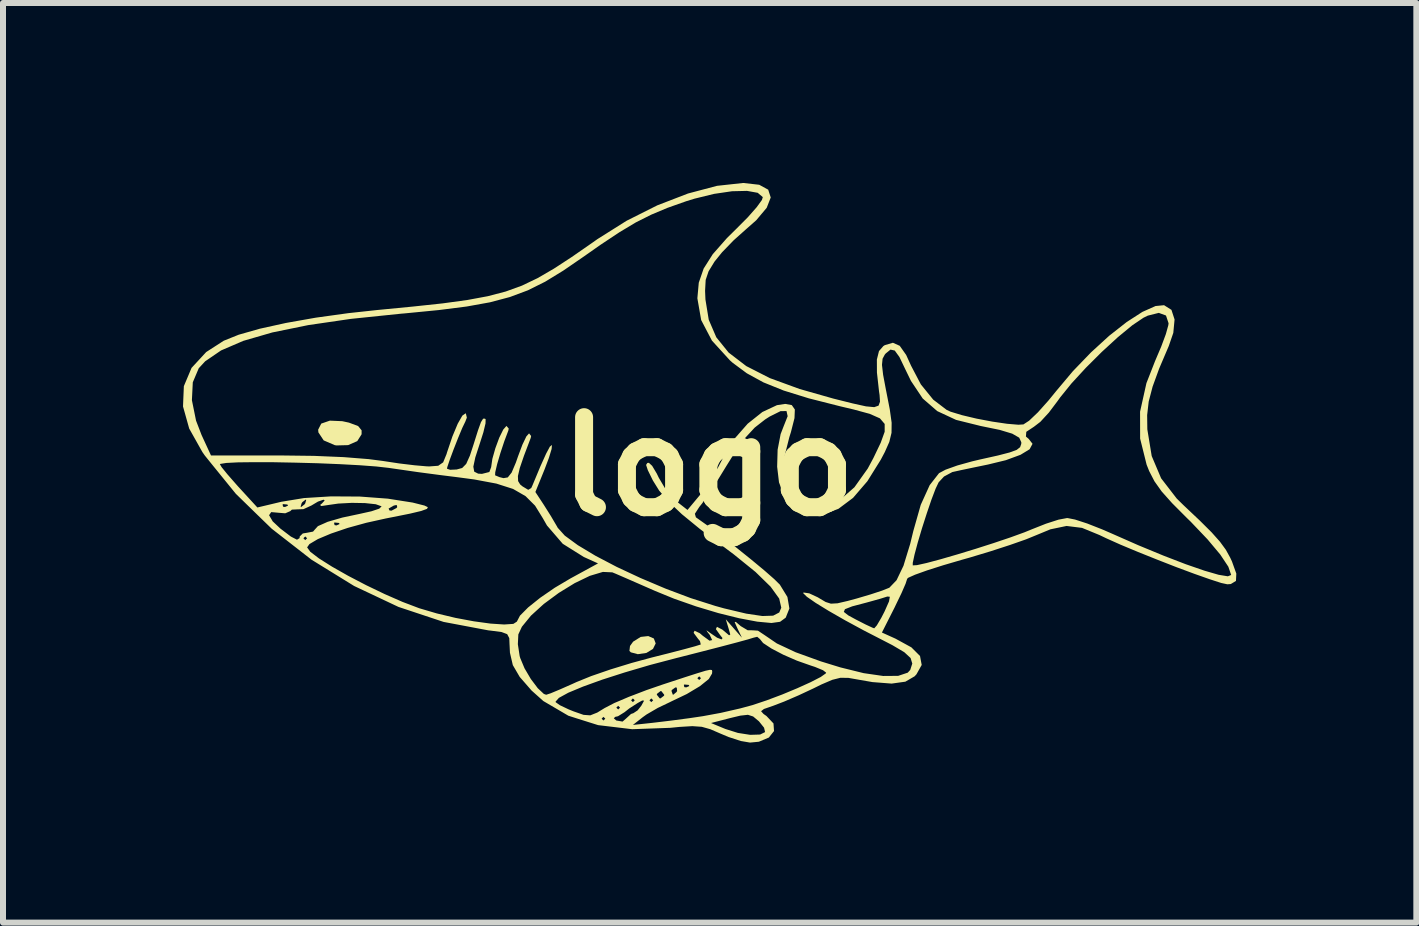
<source format=kicad_pcb>
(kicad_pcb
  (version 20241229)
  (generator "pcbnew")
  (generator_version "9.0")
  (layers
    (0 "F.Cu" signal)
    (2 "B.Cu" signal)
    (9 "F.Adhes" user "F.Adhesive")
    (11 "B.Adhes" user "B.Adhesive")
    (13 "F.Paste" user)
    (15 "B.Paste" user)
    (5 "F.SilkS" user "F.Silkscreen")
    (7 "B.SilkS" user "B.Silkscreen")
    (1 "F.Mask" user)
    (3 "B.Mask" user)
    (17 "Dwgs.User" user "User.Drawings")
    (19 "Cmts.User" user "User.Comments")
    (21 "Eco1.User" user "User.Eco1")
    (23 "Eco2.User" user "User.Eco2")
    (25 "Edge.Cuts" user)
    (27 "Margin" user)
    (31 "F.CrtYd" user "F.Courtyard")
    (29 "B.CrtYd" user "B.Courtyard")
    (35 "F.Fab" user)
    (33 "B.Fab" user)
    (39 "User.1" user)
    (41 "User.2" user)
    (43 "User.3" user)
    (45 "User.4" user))
  (footprint "logo"
    (layer "F.Cu")
    (at 8.755 4.724)
    (property "Reference" "logo" (at 0 0 0) (layer "F.SilkS") (effects (font (size 1.5 1.5) (thickness 0.3))))
    (attr board_only exclude_from_pos_files exclude_from_bom)
    (fp_poly (pts (xy -0.909 2.866) (xy -0.878 2.948) (xy -0.923 3.04) (xy -1.033 3.107) (xy -1.176 3.128) (xy -1.292 3.097) (xy -1.316 3.073) (xy -1.306 2.991) (xy -1.254 2.919) (xy -1.128 2.84) (xy -1.002 2.826)) (stroke (width 0) (type solid)) (fill yes) (layer "F.SilkS"))
    (fp_poly (pts (xy -6.101 -0.755) (xy -5.99 -0.731) (xy -5.837 -0.674) (xy -5.779 -0.603) (xy -5.779 -0.537) (xy -5.851 -0.423) (xy -6.004 -0.356) (xy -6.2 -0.351) (xy -6.227 -0.356) (xy -6.411 -0.435) (xy -6.499 -0.568) (xy -6.503 -0.614) (xy -6.451 -0.715) (xy -6.308 -0.764)) (stroke (width 0) (type solid)) (fill yes) (layer "F.SilkS"))
    (fp_poly (pts (xy 0.847 -4.695) (xy 0.997 -4.613) (xy 1.039 -4.483) (xy 0.972 -4.311) (xy 0.797 -4.103) (xy 0.628 -3.954) (xy 0.422 -3.77) (xy 0.229 -3.571) (xy 0.102 -3.414) (xy 0.003 -3.252) (xy -0.045 -3.109) (xy -0.055 -2.928) (xy -0.049 -2.783) (xy 0.006 -2.446) (xy 0.132 -2.153) (xy 0.338 -1.898) (xy 0.632 -1.673) (xy 1.024 -1.473) (xy 1.522 -1.291) (xy 2.081 -1.132) (xy 2.405 -1.051) (xy 2.626 -1.002) (xy 2.764 -0.989) (xy 2.836 -1.014) (xy 2.86 -1.08) (xy 2.853 -1.19) (xy 2.844 -1.251) (xy 2.809 -1.566) (xy 2.808 -1.783) (xy 2.843 -1.923) (xy 2.916 -2.007) (xy 2.94 -2.022) (xy 3.075 -2.062) (xy 3.189 -2.011) (xy 3.296 -1.859) (xy 3.378 -1.679) (xy 3.541 -1.368) (xy 3.747 -1.114) (xy 3.97 -0.944) (xy 4.034 -0.914) (xy 4.224 -0.856) (xy 4.468 -0.798) (xy 4.731 -0.748) (xy 4.976 -0.712) (xy 5.165 -0.696) (xy 5.25 -0.701) (xy 5.345 -0.763) (xy 5.492 -0.903) (xy 5.668 -1.1) (xy 5.796 -1.257) (xy 6.076 -1.59) (xy 6.377 -1.902) (xy 6.68 -2.179) (xy 6.972 -2.408) (xy 7.234 -2.577) (xy 7.452 -2.674) (xy 7.594 -2.688) (xy 7.717 -2.61) (xy 7.769 -2.45) (xy 7.748 -2.227) (xy 7.673 -2.009) (xy 7.512 -1.631) (xy 7.403 -1.331) (xy 7.338 -1.083) (xy 7.312 -0.856) (xy 7.315 -0.623) (xy 7.316 -0.613) (xy 7.388 -0.174) (xy 7.545 0.197) (xy 7.805 0.534) (xy 7.917 0.644) (xy 8.189 0.901) (xy 8.386 1.097) (xy 8.525 1.253) (xy 8.623 1.387) (xy 8.696 1.519) (xy 8.725 1.581) (xy 8.798 1.785) (xy 8.792 1.907) (xy 8.706 1.959) (xy 8.648 1.963) (xy 8.546 1.941) (xy 8.355 1.879) (xy 8.097 1.788) (xy 7.796 1.676) (xy 7.476 1.551) (xy 7.159 1.424) (xy 6.869 1.303) (xy 6.63 1.196) (xy 6.517 1.142) (xy 6.227 1.023) (xy 5.969 0.991) (xy 5.7 1.047) (xy 5.475 1.14) (xy 5.294 1.214) (xy 5.026 1.308) (xy 4.703 1.413) (xy 4.355 1.518) (xy 4.227 1.554) (xy 3.913 1.646) (xy 3.646 1.731) (xy 3.445 1.803) (xy 3.331 1.854) (xy 3.313 1.871) (xy 3.287 1.952) (xy 3.218 2.111) (xy 3.12 2.314) (xy 3.103 2.35) (xy 2.892 2.767) (xy 3.118 2.869) (xy 3.383 3.014) (xy 3.527 3.158) (xy 3.555 3.307) (xy 3.467 3.464) (xy 3.436 3.497) (xy 3.283 3.586) (xy 3.054 3.618) (xy 2.735 3.593) (xy 2.51 3.554) (xy 2.335 3.523) (xy 2.201 3.521) (xy 2.065 3.555) (xy 1.885 3.632) (xy 1.749 3.699) (xy 1.503 3.814) (xy 1.264 3.917) (xy 1.082 3.987) (xy 1.076 3.989) (xy 0.926 4.041) (xy 0.878 4.078) (xy 0.919 4.124) (xy 0.968 4.158) (xy 1.085 4.282) (xy 1.094 4.409) (xy 1.008 4.517) (xy 0.841 4.587) (xy 0.694 4.601) (xy 0.542 4.575) (xy 0.336 4.508) (xy 0.201 4.451) (xy 0.032 4.378) (xy -0.11 4.338) (xy -0.268 4.327) (xy -0.482 4.34) (xy -0.634 4.355) (xy -1.27 4.378) (xy -1.838 4.31) (xy -2.178 4.203) (xy -1.779 4.203) (xy -1.749 4.233) (xy -1.718 4.203) (xy -1.723 4.197) (xy -1.576 4.197) (xy -1.534 4.233) (xy -1.43 4.251) (xy -1.374 4.202) (xy -1.289 4.124) (xy -1.25 4.111) (xy -1.179 4.064) (xy -1.118 3.987) (xy -1.071 3.902) (xy -1.103 3.9) (xy -1.177 3.941) (xy -1.318 4.032) (xy -1.398 4.095) (xy -1.506 4.162) (xy -1.554 4.173) (xy -1.576 4.197) (xy -1.723 4.197) (xy -1.749 4.172) (xy -1.779 4.203) (xy -2.178 4.203) (xy -2.334 4.153) (xy -2.733 3.919) (xy -2.547 3.919) (xy -2.544 3.929) (xy -2.473 3.979) (xy -2.328 4.048) (xy -2.246 4.081) (xy -2.08 4.139) (xy -1.968 4.147) (xy -1.852 4.101) (xy -1.726 4.024) (xy -1.716 4.019) (xy -1.534 4.019) (xy -1.503 4.049) (xy -1.472 4.019) (xy -1.503 3.988) (xy -1.534 4.019) (xy -1.716 4.019) (xy -1.568 3.942) (xy -1.459 3.896) (xy -1.288 3.896) (xy -1.258 3.927) (xy -1.227 3.896) (xy -0.982 3.896) (xy -0.951 3.927) (xy -0.92 3.896) (xy -0.951 3.865) (xy -0.982 3.896) (xy -1.227 3.896) (xy -1.258 3.865) (xy -1.288 3.896) (xy -1.459 3.896) (xy -1.326 3.839) (xy -1.234 3.804) (xy -0.859 3.804) (xy -0.812 3.863) (xy -0.798 3.865) (xy -0.738 3.819) (xy -0.736 3.804) (xy -0.783 3.744) (xy -0.798 3.743) (xy -0.614 3.743) (xy -0.593 3.802) (xy -0.586 3.804) (xy -0.534 3.761) (xy -0.521 3.743) (xy -0.526 3.686) (xy -0.549 3.681) (xy -0.611 3.726) (xy -0.614 3.743) (xy -0.798 3.743) (xy -0.857 3.789) (xy -0.859 3.804) (xy -1.234 3.804) (xy -1.033 3.727) (xy -0.781 3.64) (xy -0.409 3.64) (xy -0.401 3.677) (xy -0.368 3.681) (xy -0.318 3.659) (xy -0.327 3.64) (xy -0.4 3.633) (xy -0.409 3.64) (xy -0.781 3.64) (xy -0.721 3.62) (xy -0.44 3.528) (xy -0.184 3.528) (xy -0.153 3.558) (xy -0.123 3.528) (xy -0.153 3.497) (xy -0.184 3.528) (xy -0.44 3.528) (xy -0.404 3.516) (xy -0.186 3.446) (xy -0.048 3.404) (xy 0.027 3.388) (xy 0.059 3.392) (xy 0.064 3.414) (xy 0.061 3.45) (xy 0.061 3.451) (xy 0.007 3.542) (xy -0.141 3.661) (xy -0.36 3.792) (xy -0.628 3.92) (xy -0.635 3.924) (xy -0.844 4.024) (xy -1.031 4.133) (xy -1.095 4.179) (xy -1.258 4.307) (xy -0.96 4.275) (xy 0.044 4.275) (xy 0.283 4.374) (xy 0.492 4.44) (xy 0.697 4.472) (xy 0.862 4.467) (xy 0.945 4.426) (xy 0.928 4.353) (xy 0.843 4.247) (xy 0.836 4.241) (xy 0.746 4.166) (xy 0.659 4.138) (xy 0.532 4.152) (xy 0.369 4.191) (xy 0.044 4.275) (xy -0.96 4.275) (xy -0.89 4.267) (xy -0.624 4.235) (xy -0.315 4.194) (xy -0.092 4.161) (xy 0.206 4.106) (xy 0.529 4.032) (xy 0.736 3.976) (xy 0.972 3.897) (xy 1.23 3.8) (xy 1.482 3.695) (xy 1.705 3.594) (xy 1.872 3.508) (xy 1.957 3.448) (xy 1.963 3.436) (xy 1.91 3.395) (xy 1.776 3.34) (xy 1.703 3.316) (xy 1.476 3.236) (xy 1.249 3.137) (xy 1.052 3.034) (xy 0.912 2.942) (xy 0.859 2.876) (xy 0.814 2.838) (xy 0.752 2.853) (xy 0.661 2.881) (xy 0.471 2.933) (xy 0.202 3.004) (xy -0.124 3.088) (xy -0.488 3.181) (xy -0.521 3.189) (xy -0.973 3.308) (xy -1.394 3.432) (xy -1.771 3.553) (xy -2.089 3.668) (xy -2.334 3.77) (xy -2.491 3.856) (xy -2.547 3.919) (xy -2.733 3.919) (xy -2.75 3.909) (xy -2.946 3.734) (xy -3.144 3.507) (xy -3.259 3.31) (xy -3.307 3.103) (xy -3.313 2.976) (xy -3.314 2.961) (xy -3.175 2.961) (xy -3.145 3.159) (xy -3.135 3.193) (xy -3.064 3.363) (xy -2.959 3.541) (xy -2.843 3.695) (xy -2.742 3.79) (xy -2.703 3.804) (xy -2.629 3.78) (xy -2.473 3.715) (xy -2.265 3.623) (xy -2.197 3.592) (xy -1.953 3.493) (xy -1.631 3.382) (xy -1.275 3.273) (xy -0.946 3.184) (xy -0.652 3.11) (xy -0.402 3.045) (xy -0.222 2.996) (xy -0.132 2.968) (xy -0.127 2.965) (xy -0.14 2.91) (xy -0.173 2.87) (xy -0.246 2.772) (xy -0.23 2.737) (xy -0.144 2.778) (xy -0.092 2.822) (xy 0.019 2.903) (xy 0.063 2.893) (xy 0.022 2.805) (xy -0.015 2.759) (xy -0.033 2.729) (xy 0.03 2.774) (xy 0.036 2.778) (xy 0.145 2.853) (xy 0.22 2.882) (xy 0.236 2.86) (xy 0.196 2.81) (xy 0.125 2.71) (xy 0.143 2.672) (xy 0.232 2.718) (xy 0.254 2.736) (xy 0.345 2.813) (xy 0.365 2.8) (xy 0.337 2.7) (xy 0.29 2.546) (xy 0.425 2.7) (xy 0.559 2.853) (xy 0.485 2.7) (xy 0.438 2.594) (xy 0.457 2.589) (xy 0.539 2.66) (xy 0.655 2.729) (xy 0.737 2.73) (xy 0.826 2.736) (xy 0.94 2.812) (xy 1.141 2.949) (xy 1.455 3.096) (xy 1.875 3.248) (xy 2.2 3.348) (xy 2.588 3.444) (xy 2.913 3.491) (xy 3.163 3.489) (xy 3.322 3.436) (xy 3.364 3.39) (xy 3.398 3.284) (xy 3.37 3.192) (xy 3.265 3.095) (xy 3.069 2.979) (xy 2.924 2.904) (xy 2.59 2.732) (xy 2.278 2.563) (xy 2.034 2.423) (xy 2.257 2.423) (xy 2.331 2.481) (xy 2.454 2.548) (xy 2.618 2.632) (xy 2.734 2.686) (xy 2.764 2.697) (xy 2.807 2.648) (xy 2.882 2.521) (xy 2.936 2.416) (xy 3.01 2.249) (xy 3.024 2.171) (xy 2.982 2.167) (xy 2.868 2.203) (xy 2.693 2.252) (xy 2.627 2.27) (xy 2.396 2.331) (xy 2.276 2.378) (xy 2.257 2.423) (xy 2.034 2.423) (xy 2.006 2.407) (xy 1.788 2.273) (xy 1.641 2.171) (xy 1.58 2.111) (xy 1.585 2.1) (xy 1.681 2.114) (xy 1.823 2.18) (xy 1.851 2.197) (xy 1.954 2.258) (xy 2.042 2.286) (xy 2.152 2.28) (xy 2.32 2.241) (xy 2.472 2.2) (xy 2.702 2.132) (xy 2.896 2.068) (xy 3.014 2.021) (xy 3.016 2.02) (xy 3.136 1.895) (xy 3.252 1.653) (xy 3.266 1.606) (xy 3.406 1.606) (xy 3.406 1.648) (xy 3.476 1.644) (xy 3.638 1.608) (xy 3.87 1.546) (xy 4.149 1.465) (xy 4.451 1.373) (xy 4.754 1.276) (xy 5.033 1.182) (xy 5.267 1.097) (xy 5.397 1.044) (xy 5.627 0.953) (xy 5.835 0.886) (xy 5.978 0.859) (xy 5.984 0.859) (xy 6.11 0.884) (xy 6.313 0.95) (xy 6.56 1.047) (xy 6.71 1.112) (xy 7.164 1.312) (xy 7.583 1.485) (xy 7.954 1.628) (xy 8.266 1.736) (xy 8.504 1.805) (xy 8.657 1.83) (xy 8.712 1.808) (xy 8.712 1.807) (xy 8.665 1.67) (xy 8.531 1.468) (xy 8.319 1.215) (xy 8.039 0.921) (xy 7.975 0.859) (xy 7.728 0.611) (xy 7.554 0.416) (xy 7.434 0.247) (xy 7.346 0.077) (xy 7.303 -0.031) (xy 7.195 -0.465) (xy 7.194 -0.913) (xy 7.3 -1.389) (xy 7.444 -1.757) (xy 7.546 -1.997) (xy 7.624 -2.207) (xy 7.665 -2.355) (xy 7.669 -2.387) (xy 7.626 -2.516) (xy 7.506 -2.56) (xy 7.323 -2.514) (xy 7.251 -2.479) (xy 7.063 -2.352) (xy 6.823 -2.154) (xy 6.557 -1.91) (xy 6.291 -1.645) (xy 6.05 -1.383) (xy 5.86 -1.148) (xy 5.818 -1.089) (xy 5.674 -0.898) (xy 5.532 -0.744) (xy 5.425 -0.662) (xy 5.298 -0.578) (xy 5.292 -0.499) (xy 5.338 -0.46) (xy 5.402 -0.378) (xy 5.353 -0.287) (xy 5.202 -0.195) (xy 4.957 -0.105) (xy 4.661 -0.033) (xy 4.419 0.017) (xy 4.209 0.061) (xy 4.073 0.091) (xy 4.065 0.093) (xy 3.927 0.167) (xy 3.837 0.264) (xy 3.787 0.369) (xy 3.718 0.551) (xy 3.64 0.78) (xy 3.56 1.029) (xy 3.489 1.268) (xy 3.435 1.47) (xy 3.406 1.606) (xy 3.266 1.606) (xy 3.363 1.29) (xy 3.415 1.076) (xy 3.539 0.639) (xy 3.688 0.311) (xy 3.844 0.111) (xy 3.953 0.053) (xy 4.149 -0.017) (xy 4.397 -0.086) (xy 4.528 -0.117) (xy 4.824 -0.183) (xy 5.021 -0.234) (xy 5.138 -0.277) (xy 5.195 -0.322) (xy 5.214 -0.376) (xy 5.215 -0.404) (xy 5.18 -0.48) (xy 5.064 -0.547) (xy 4.855 -0.61) (xy 4.538 -0.675) (xy 4.534 -0.676) (xy 4.127 -0.777) (xy 3.814 -0.923) (xy 3.572 -1.133) (xy 3.376 -1.426) (xy 3.286 -1.611) (xy 3.184 -1.824) (xy 3.106 -1.932) (xy 3.035 -1.948) (xy 2.955 -1.883) (xy 2.94 -1.865) (xy 2.903 -1.796) (xy 2.893 -1.693) (xy 2.912 -1.528) (xy 2.96 -1.273) (xy 2.963 -1.259) (xy 3.023 -0.952) (xy 3.054 -0.73) (xy 3.052 -0.561) (xy 3.015 -0.409) (xy 2.94 -0.24) (xy 2.873 -0.113) (xy 2.65 0.245) (xy 2.411 0.523) (xy 2.168 0.705) (xy 1.991 0.772) (xy 1.714 0.766) (xy 1.455 0.658) (xy 1.256 0.466) (xy 1.25 0.457) (xy 1.177 0.265) (xy 1.146 0.004) (xy 1.154 -0.28) (xy 1.204 -0.54) (xy 1.253 -0.667) (xy 1.321 -0.838) (xy 1.302 -0.924) (xy 1.202 -0.922) (xy 1.021 -0.832) (xy 0.946 -0.784) (xy 0.772 -0.648) (xy 0.611 -0.474) (xy 0.441 -0.234) (xy 0.307 -0.02) (xy 0.155 0.228) (xy 0.012 0.447) (xy -0.1 0.61) (xy -0.151 0.674) (xy -0.225 0.788) (xy -0.208 0.847) (xy -0.023 0.978) (xy 0.207 1.15) (xy 0.459 1.346) (xy 0.707 1.545) (xy 0.929 1.729) (xy 1.099 1.878) (xy 1.191 1.969) (xy 1.317 2.174) (xy 1.35 2.366) (xy 1.289 2.519) (xy 1.195 2.588) (xy 1.051 2.608) (xy 0.816 2.586) (xy 0.513 2.529) (xy 0.166 2.443) (xy -0.204 2.332) (xy -0.572 2.203) (xy -0.885 2.075) (xy -1.143 1.962) (xy -1.374 1.861) (xy -1.545 1.787) (xy -1.601 1.764) (xy -1.758 1.757) (xy -1.975 1.822) (xy -2.228 1.944) (xy -2.492 2.106) (xy -2.744 2.292) (xy -2.957 2.486) (xy -3.108 2.671) (xy -3.167 2.798) (xy -3.175 2.961) (xy -3.314 2.961) (xy -3.318 2.86) (xy -3.353 2.794) (xy -3.446 2.759) (xy -3.628 2.735) (xy -3.666 2.731) (xy -4.413 2.59) (xy -5.165 2.34) (xy -5.904 1.991) (xy -6.614 1.553) (xy -7.277 1.037) (xy -7.509 0.812) (xy -7.321 0.812) (xy -7.26 0.915) (xy -7.132 1.035) (xy -6.957 1.168) (xy -6.856 1.22) (xy -6.816 1.196) (xy -6.749 1.196) (xy -6.718 1.227) (xy -6.687 1.196) (xy -6.718 1.166) (xy -6.749 1.196) (xy -6.816 1.196) (xy -6.813 1.195) (xy -6.81 1.166) (xy -6.759 1.116) (xy -6.687 1.104) (xy -6.588 1.085) (xy -6.565 1.058) (xy -6.507 0.994) (xy -6.387 0.941) (xy -6.238 0.941) (xy -6.229 0.977) (xy -6.197 0.982) (xy -6.146 0.959) (xy -6.156 0.941) (xy -6.229 0.933) (xy -6.238 0.941) (xy -6.387 0.941) (xy -6.345 0.922) (xy -6.099 0.851) (xy -5.812 0.79) (xy -5.614 0.746) (xy -5.483 0.702) (xy -5.483 0.701) (xy -5.329 0.701) (xy -5.314 0.733) (xy -5.28 0.736) (xy -5.197 0.692) (xy -5.185 0.676) (xy -5.195 0.641) (xy -5.242 0.651) (xy -5.329 0.701) (xy -5.483 0.701) (xy -5.446 0.665) (xy -5.448 0.663) (xy -5.543 0.629) (xy -5.721 0.61) (xy -5.942 0.606) (xy -6.168 0.618) (xy -6.322 0.64) (xy -6.45 0.659) (xy -6.471 0.642) (xy -6.442 0.618) (xy -6.394 0.566) (xy -6.413 0.553) (xy -6.506 0.585) (xy -6.615 0.65) (xy -6.748 0.711) (xy -6.842 0.714) (xy -6.941 0.719) (xy -6.968 0.744) (xy -7.051 0.78) (xy -7.151 0.772) (xy -7.285 0.76) (xy -7.321 0.812) (xy -7.509 0.812) (xy -7.875 0.455) (xy -8.276 -0.039) (xy -8.141 -0.039) (xy -8.112 0.011) (xy -8.017 0.128) (xy -7.876 0.289) (xy -7.838 0.332) (xy -7.516 0.683) (xy -7.309 0.634) (xy -7.096 0.634) (xy -7.088 0.67) (xy -7.056 0.675) (xy -7.047 0.671) (xy -6.795 0.671) (xy -6.787 0.675) (xy -6.731 0.632) (xy -6.718 0.614) (xy -6.702 0.556) (xy -6.711 0.552) (xy -6.767 0.595) (xy -6.779 0.614) (xy -6.795 0.671) (xy -7.047 0.671) (xy -7.005 0.652) (xy -7.015 0.634) (xy -7.087 0.627) (xy -7.096 0.634) (xy -7.309 0.634) (xy -7.117 0.588) (xy -6.738 0.526) (xy -6.288 0.498) (xy -5.809 0.501) (xy -5.342 0.536) (xy -4.929 0.601) (xy -4.731 0.651) (xy -4.675 0.678) (xy -4.689 0.706) (xy -4.785 0.741) (xy -4.974 0.786) (xy -5.268 0.845) (xy -5.375 0.866) (xy -5.7 0.938) (xy -6.012 1.024) (xy -6.289 1.118) (xy -6.508 1.21) (xy -6.648 1.293) (xy -6.687 1.348) (xy -6.634 1.421) (xy -6.489 1.532) (xy -6.272 1.669) (xy -6.004 1.821) (xy -5.705 1.977) (xy -5.395 2.126) (xy -5.096 2.257) (xy -4.827 2.359) (xy -4.816 2.363) (xy -4.524 2.449) (xy -4.214 2.523) (xy -3.909 2.58) (xy -3.631 2.618) (xy -3.404 2.633) (xy -3.25 2.623) (xy -3.19 2.584) (xy -3.19 2.582) (xy -3.14 2.486) (xy -3.004 2.349) (xy -2.803 2.188) (xy -2.559 2.02) (xy -2.299 1.866) (xy -1.839 1.615) (xy -2.076 1.508) (xy -2.427 1.288) (xy -2.69 0.983) (xy -2.759 0.862) (xy -2.888 0.653) (xy -3.047 0.494) (xy -3.255 0.374) (xy -3.533 0.285) (xy -3.902 0.216) (xy -4.172 0.18) (xy -4.475 0.142) (xy -4.838 0.094) (xy -5.198 0.042) (xy -5.329 0.023) (xy -5.535 -0.000343) (xy -5.813 -0.021) (xy -6.144 -0.039) (xy -6.506 -0.054) (xy -6.878 -0.064) (xy -7.238 -0.071) (xy -7.565 -0.072) (xy -7.837 -0.069) (xy -8.034 -0.059) (xy -8.134 -0.043) (xy -8.141 -0.039) (xy -8.276 -0.039) (xy -8.392 -0.183) (xy -8.432 -0.24) (xy -8.652 -0.632) (xy -8.755 -1) (xy -8.751 -1.105) (xy -8.607 -1.105) (xy -8.538 -0.764) (xy -8.446 -0.525) (xy -8.289 -0.184) (xy -7.136 -0.184) (xy -6.574 -0.177) (xy -6.076 -0.156) (xy -5.663 -0.123) (xy -5.43 -0.093) (xy -5.153 -0.051) (xy -4.894 -0.02) (xy -4.698 -0.003) (xy -4.652 -0.001) (xy -4.502 -0.012) (xy -4.42 -0.069) (xy -4.363 -0.208) (xy -4.357 -0.23) (xy -4.266 -0.5) (xy -4.177 -0.713) (xy -4.1 -0.848) (xy -4.045 -0.886) (xy -4.042 -0.885) (xy -4.025 -0.814) (xy -4.05 -0.749) (xy -4.101 -0.643) (xy -4.171 -0.475) (xy -4.246 -0.284) (xy -4.311 -0.109) (xy -4.351 0.01) (xy -4.356 0.037) (xy -4.304 0.055) (xy -4.195 0.05) (xy -4.103 0.025) (xy -4.036 -0.043) (xy -3.974 -0.181) (xy -3.913 -0.368) (xy -3.839 -0.603) (xy -3.79 -0.739) (xy -3.754 -0.797) (xy -3.723 -0.797) (xy -3.712 -0.787) (xy -3.714 -0.718) (xy -3.75 -0.568) (xy -3.804 -0.399) (xy -3.884 -0.152) (xy -3.917 0.003) (xy -3.902 0.086) (xy -3.837 0.119) (xy -3.773 0.123) (xy -3.65 0.092) (xy -3.62 0.011) (xy -3.6 -0.127) (xy -3.55 -0.304) (xy -3.485 -0.48) (xy -3.418 -0.616) (xy -3.366 -0.675) (xy -3.364 -0.675) (xy -3.327 -0.632) (xy -3.334 -0.598) (xy -3.4 -0.423) (xy -3.466 -0.224) (xy -3.52 -0.04) (xy -3.552 0.096) (xy -3.554 0.147) (xy -3.479 0.178) (xy -3.414 0.194) (xy -3.343 0.182) (xy -3.279 0.102) (xy -3.208 -0.066) (xy -3.172 -0.169) (xy -3.099 -0.364) (xy -3.033 -0.502) (xy -2.988 -0.552) (xy -2.954 -0.508) (xy -2.961 -0.475) (xy -3.073 -0.179) (xy -3.143 0.026) (xy -3.174 0.159) (xy -3.171 0.243) (xy -3.137 0.299) (xy -3.097 0.332) (xy -3.002 0.389) (xy -2.952 0.359) (xy -2.933 0.318) (xy -2.8 -0.001) (xy -2.704 -0.214) (xy -2.642 -0.33) (xy -2.608 -0.358) (xy -2.607 -0.357) (xy -2.613 -0.29) (xy -2.658 -0.142) (xy -2.73 0.049) (xy -2.883 0.425) (xy -2.745 0.635) (xy -2.627 0.822) (xy -2.521 1.002) (xy -2.511 1.021) (xy -2.393 1.152) (xy -2.176 1.311) (xy -1.881 1.488) (xy -1.526 1.674) (xy -1.13 1.859) (xy -0.712 2.036) (xy -0.292 2.194) (xy 0.113 2.323) (xy 0.26 2.364) (xy 0.631 2.452) (xy 0.9 2.492) (xy 1.079 2.486) (xy 1.181 2.433) (xy 1.215 2.353) (xy 1.18 2.201) (xy 1.037 2.003) (xy 0.786 1.758) (xy 0.424 1.465) (xy 0.245 1.331) (xy -0.144 1.039) (xy -0.442 0.795) (xy -0.662 0.587) (xy -0.82 0.402) (xy -0.925 0.233) (xy -1.009 0.062) (xy -1.038 -0.026) (xy -1.017 -0.059) (xy -0.991 -0.061) (xy -0.937 -0.011) (xy -0.86 0.118) (xy -0.826 0.188) (xy -0.711 0.383) (xy -0.565 0.552) (xy -0.531 0.581) (xy -0.348 0.724) (xy -0.137 0.471) (xy 0.005 0.275) (xy 0.156 0.027) (xy 0.255 -0.164) (xy 0.431 -0.458) (xy 0.655 -0.713) (xy 0.9 -0.908) (xy 1.143 -1.022) (xy 1.281 -1.043) (xy 1.39 -1.023) (xy 1.441 -0.95) (xy 1.435 -0.806) (xy 1.376 -0.574) (xy 1.349 -0.488) (xy 1.262 -0.143) (xy 1.252 0.127) (xy 1.324 0.34) (xy 1.479 0.517) (xy 1.479 0.518) (xy 1.71 0.645) (xy 1.952 0.656) (xy 2.196 0.555) (xy 2.434 0.346) (xy 2.656 0.034) (xy 2.75 -0.141) (xy 2.872 -0.396) (xy 2.938 -0.579) (xy 2.938 -0.709) (xy 2.859 -0.802) (xy 2.69 -0.877) (xy 2.421 -0.95) (xy 2.193 -1.004) (xy 1.673 -1.136) (xy 1.254 -1.266) (xy 0.917 -1.402) (xy 0.641 -1.553) (xy 0.405 -1.728) (xy 0.358 -1.77) (xy 0.059 -2.098) (xy -0.12 -2.44) (xy -0.183 -2.8) (xy -0.183 -2.809) (xy -0.16 -3.063) (xy -0.079 -3.298) (xy 0.073 -3.538) (xy 0.309 -3.806) (xy 0.468 -3.963) (xy 0.658 -4.154) (xy 0.805 -4.321) (xy 0.892 -4.441) (xy 0.907 -4.489) (xy 0.822 -4.561) (xy 0.644 -4.593) (xy 0.394 -4.587) (xy 0.095 -4.543) (xy -0.232 -4.463) (xy -0.371 -4.42) (xy -0.682 -4.31) (xy -0.951 -4.197) (xy -1.208 -4.068) (xy -1.482 -3.904) (xy -1.801 -3.692) (xy -2.089 -3.49) (xy -2.42 -3.263) (xy -2.719 -3.08) (xy -3.008 -2.936) (xy -3.308 -2.824) (xy -3.64 -2.736) (xy -4.028 -2.666) (xy -4.492 -2.607) (xy -5.054 -2.552) (xy -5.125 -2.546) (xy -5.957 -2.46) (xy -6.669 -2.356) (xy -7.266 -2.234) (xy -7.749 -2.094) (xy -8.121 -1.934) (xy -8.386 -1.753) (xy -8.493 -1.637) (xy -8.592 -1.403) (xy -8.607 -1.105) (xy -8.751 -1.105) (xy -8.741 -1.339) (xy -8.613 -1.643) (xy -8.369 -1.907) (xy -8.076 -2.096) (xy -7.827 -2.196) (xy -7.475 -2.296) (xy -7.04 -2.392) (xy -6.543 -2.48) (xy -6.003 -2.555) (xy -5.524 -2.607) (xy -4.926 -2.665) (xy -4.43 -2.718) (xy -4.02 -2.774) (xy -3.675 -2.838) (xy -3.377 -2.916) (xy -3.107 -3.014) (xy -2.846 -3.139) (xy -2.576 -3.296) (xy -2.277 -3.491) (xy -1.931 -3.731) (xy -1.849 -3.789) (xy -1.363 -4.095) (xy -0.851 -4.352) (xy -0.34 -4.549) (xy 0.143 -4.677) (xy 0.572 -4.724) (xy 0.589 -4.724)) (stroke (width 0) (type solid)) (fill yes) (layer "F.SilkS")))
  (gr_rect
    (start -3 -3)
    (end 20.553 12.325)
    (stroke (width 0.1) (type default))
    (fill no)
    (layer "Edge.Cuts")))
</source>
